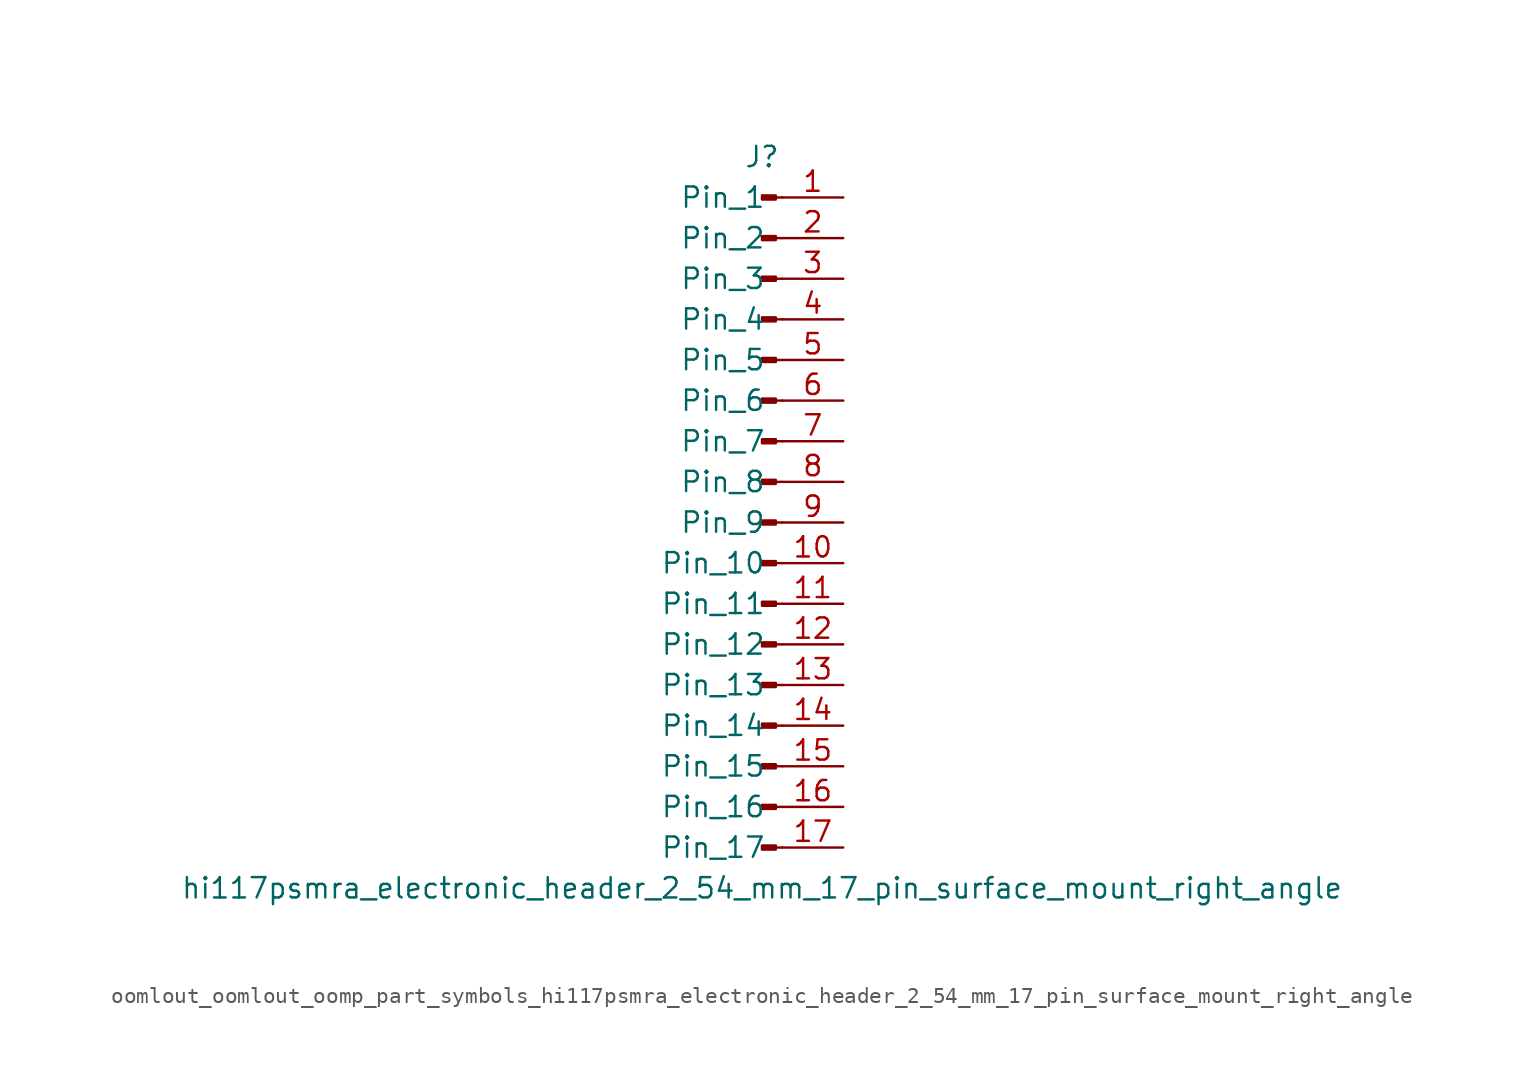
<source format=kicad_sym>
(kicad_symbol_lib
  (version 20220914)
  (generator kicad_symbol_editor)
  (symbol "oomlout_oomlout_oomp_part_symbols_hi117psmra_electronic_header_2_54_mm_17_pin_surface_mount_right_angle"
    (pin_names
      (offset 1.016))
    (property "Reference" "J"
      (at 0 22.86 0)
      (effects (font (size 1.27 1.27))))
    (property "Value" "hi117psmra_electronic_header_2_54_mm_17_pin_surface_mount_right_angle"
      (at 0 -22.86 0)
      (effects (font (size 1.27 1.27))))
    (property "ki_locked" ""
      (at 0 0 0)
      (effects (font (size 1.27 1.27))))
    (symbol "oomlout_oomlout_oomp_part_symbols_hi117psmra_electronic_header_2_54_mm_17_pin_surface_mount_right_angle_1_1"
      (polyline (pts (xy 1.27 -20.32) (xy 0.864 -20.32)) (stroke (width 0.152) (type default)) (fill (type none)))
      (polyline (pts (xy 1.27 -17.78) (xy 0.864 -17.78)) (stroke (width 0.152) (type default)) (fill (type none)))
      (polyline (pts (xy 1.27 -15.24) (xy 0.864 -15.24)) (stroke (width 0.152) (type default)) (fill (type none)))
      (polyline (pts (xy 1.27 -12.7) (xy 0.864 -12.7)) (stroke (width 0.152) (type default)) (fill (type none)))
      (polyline (pts (xy 1.27 -10.16) (xy 0.864 -10.16)) (stroke (width 0.152) (type default)) (fill (type none)))
      (polyline (pts (xy 1.27 -7.62) (xy 0.864 -7.62)) (stroke (width 0.152) (type default)) (fill (type none)))
      (polyline (pts (xy 1.27 -5.08) (xy 0.864 -5.08)) (stroke (width 0.152) (type default)) (fill (type none)))
      (polyline (pts (xy 1.27 -2.54) (xy 0.864 -2.54)) (stroke (width 0.152) (type default)) (fill (type none)))
      (polyline (pts (xy 1.27 0) (xy 0.864 0)) (stroke (width 0.152) (type default)) (fill (type none)))
      (polyline (pts (xy 1.27 2.54) (xy 0.864 2.54)) (stroke (width 0.152) (type default)) (fill (type none)))
      (polyline (pts (xy 1.27 5.08) (xy 0.864 5.08)) (stroke (width 0.152) (type default)) (fill (type none)))
      (polyline (pts (xy 1.27 7.62) (xy 0.864 7.62)) (stroke (width 0.152) (type default)) (fill (type none)))
      (polyline (pts (xy 1.27 10.16) (xy 0.864 10.16)) (stroke (width 0.152) (type default)) (fill (type none)))
      (polyline (pts (xy 1.27 12.7) (xy 0.864 12.7)) (stroke (width 0.152) (type default)) (fill (type none)))
      (polyline (pts (xy 1.27 15.24) (xy 0.864 15.24)) (stroke (width 0.152) (type default)) (fill (type none)))
      (polyline (pts (xy 1.27 17.78) (xy 0.864 17.78)) (stroke (width 0.152) (type default)) (fill (type none)))
      (polyline (pts (xy 1.27 20.32) (xy 0.864 20.32)) (stroke (width 0.152) (type default)) (fill (type none)))
      (rectangle (start 0.864 -20.193) (end 0 -20.447) (stroke (width 0.152) (type default)) (fill (type outline)))
      (rectangle (start 0.864 -17.653) (end 0 -17.907) (stroke (width 0.152) (type default)) (fill (type outline)))
      (rectangle (start 0.864 -15.113) (end 0 -15.367) (stroke (width 0.152) (type default)) (fill (type outline)))
      (rectangle (start 0.864 -12.573) (end 0 -12.827) (stroke (width 0.152) (type default)) (fill (type outline)))
      (rectangle (start 0.864 -10.033) (end 0 -10.287) (stroke (width 0.152) (type default)) (fill (type outline)))
      (rectangle (start 0.864 -7.493) (end 0 -7.747) (stroke (width 0.152) (type default)) (fill (type outline)))
      (rectangle (start 0.864 -4.953) (end 0 -5.207) (stroke (width 0.152) (type default)) (fill (type outline)))
      (rectangle (start 0.864 -2.413) (end 0 -2.667) (stroke (width 0.152) (type default)) (fill (type outline)))
      (rectangle (start 0.864 0.127) (end 0 -0.127) (stroke (width 0.152) (type default)) (fill (type outline)))
      (rectangle (start 0.864 2.667) (end 0 2.413) (stroke (width 0.152) (type default)) (fill (type outline)))
      (rectangle (start 0.864 5.207) (end 0 4.953) (stroke (width 0.152) (type default)) (fill (type outline)))
      (rectangle (start 0.864 7.747) (end 0 7.493) (stroke (width 0.152) (type default)) (fill (type outline)))
      (rectangle (start 0.864 10.287) (end 0 10.033) (stroke (width 0.152) (type default)) (fill (type outline)))
      (rectangle (start 0.864 12.827) (end 0 12.573) (stroke (width 0.152) (type default)) (fill (type outline)))
      (rectangle (start 0.864 15.367) (end 0 15.113) (stroke (width 0.152) (type default)) (fill (type outline)))
      (rectangle (start 0.864 17.907) (end 0 17.653) (stroke (width 0.152) (type default)) (fill (type outline)))
      (rectangle (start 0.864 20.447) (end 0 20.193) (stroke (width 0.152) (type default)) (fill (type outline)))
      (pin passive line (at 5.08 20.32 180) (length 3.81) (name "Pin_1" (effects (font (size 1.27 1.27)))) (number "1" (effects (font (size 1.27 1.27)))))
      (pin passive line (at 5.08 -2.54 180) (length 3.81) (name "Pin_10" (effects (font (size 1.27 1.27)))) (number "10" (effects (font (size 1.27 1.27)))))
      (pin passive line (at 5.08 -5.08 180) (length 3.81) (name "Pin_11" (effects (font (size 1.27 1.27)))) (number "11" (effects (font (size 1.27 1.27)))))
      (pin passive line (at 5.08 -7.62 180) (length 3.81) (name "Pin_12" (effects (font (size 1.27 1.27)))) (number "12" (effects (font (size 1.27 1.27)))))
      (pin passive line (at 5.08 -10.16 180) (length 3.81) (name "Pin_13" (effects (font (size 1.27 1.27)))) (number "13" (effects (font (size 1.27 1.27)))))
      (pin passive line (at 5.08 -12.7 180) (length 3.81) (name "Pin_14" (effects (font (size 1.27 1.27)))) (number "14" (effects (font (size 1.27 1.27)))))
      (pin passive line (at 5.08 -15.24 180) (length 3.81) (name "Pin_15" (effects (font (size 1.27 1.27)))) (number "15" (effects (font (size 1.27 1.27)))))
      (pin passive line (at 5.08 -17.78 180) (length 3.81) (name "Pin_16" (effects (font (size 1.27 1.27)))) (number "16" (effects (font (size 1.27 1.27)))))
      (pin passive line (at 5.08 -20.32 180) (length 3.81) (name "Pin_17" (effects (font (size 1.27 1.27)))) (number "17" (effects (font (size 1.27 1.27)))))
      (pin passive line (at 5.08 17.78 180) (length 3.81) (name "Pin_2" (effects (font (size 1.27 1.27)))) (number "2" (effects (font (size 1.27 1.27)))))
      (pin passive line (at 5.08 15.24 180) (length 3.81) (name "Pin_3" (effects (font (size 1.27 1.27)))) (number "3" (effects (font (size 1.27 1.27)))))
      (pin passive line (at 5.08 12.7 180) (length 3.81) (name "Pin_4" (effects (font (size 1.27 1.27)))) (number "4" (effects (font (size 1.27 1.27)))))
      (pin passive line (at 5.08 10.16 180) (length 3.81) (name "Pin_5" (effects (font (size 1.27 1.27)))) (number "5" (effects (font (size 1.27 1.27)))))
      (pin passive line (at 5.08 7.62 180) (length 3.81) (name "Pin_6" (effects (font (size 1.27 1.27)))) (number "6" (effects (font (size 1.27 1.27)))))
      (pin passive line (at 5.08 5.08 180) (length 3.81) (name "Pin_7" (effects (font (size 1.27 1.27)))) (number "7" (effects (font (size 1.27 1.27)))))
      (pin passive line (at 5.08 2.54 180) (length 3.81) (name "Pin_8" (effects (font (size 1.27 1.27)))) (number "8" (effects (font (size 1.27 1.27)))))
      (pin passive line (at 5.08 0 180) (length 3.81) (name "Pin_9" (effects (font (size 1.27 1.27)))) (number "9" (effects (font (size 1.27 1.27))))))))
</source>
